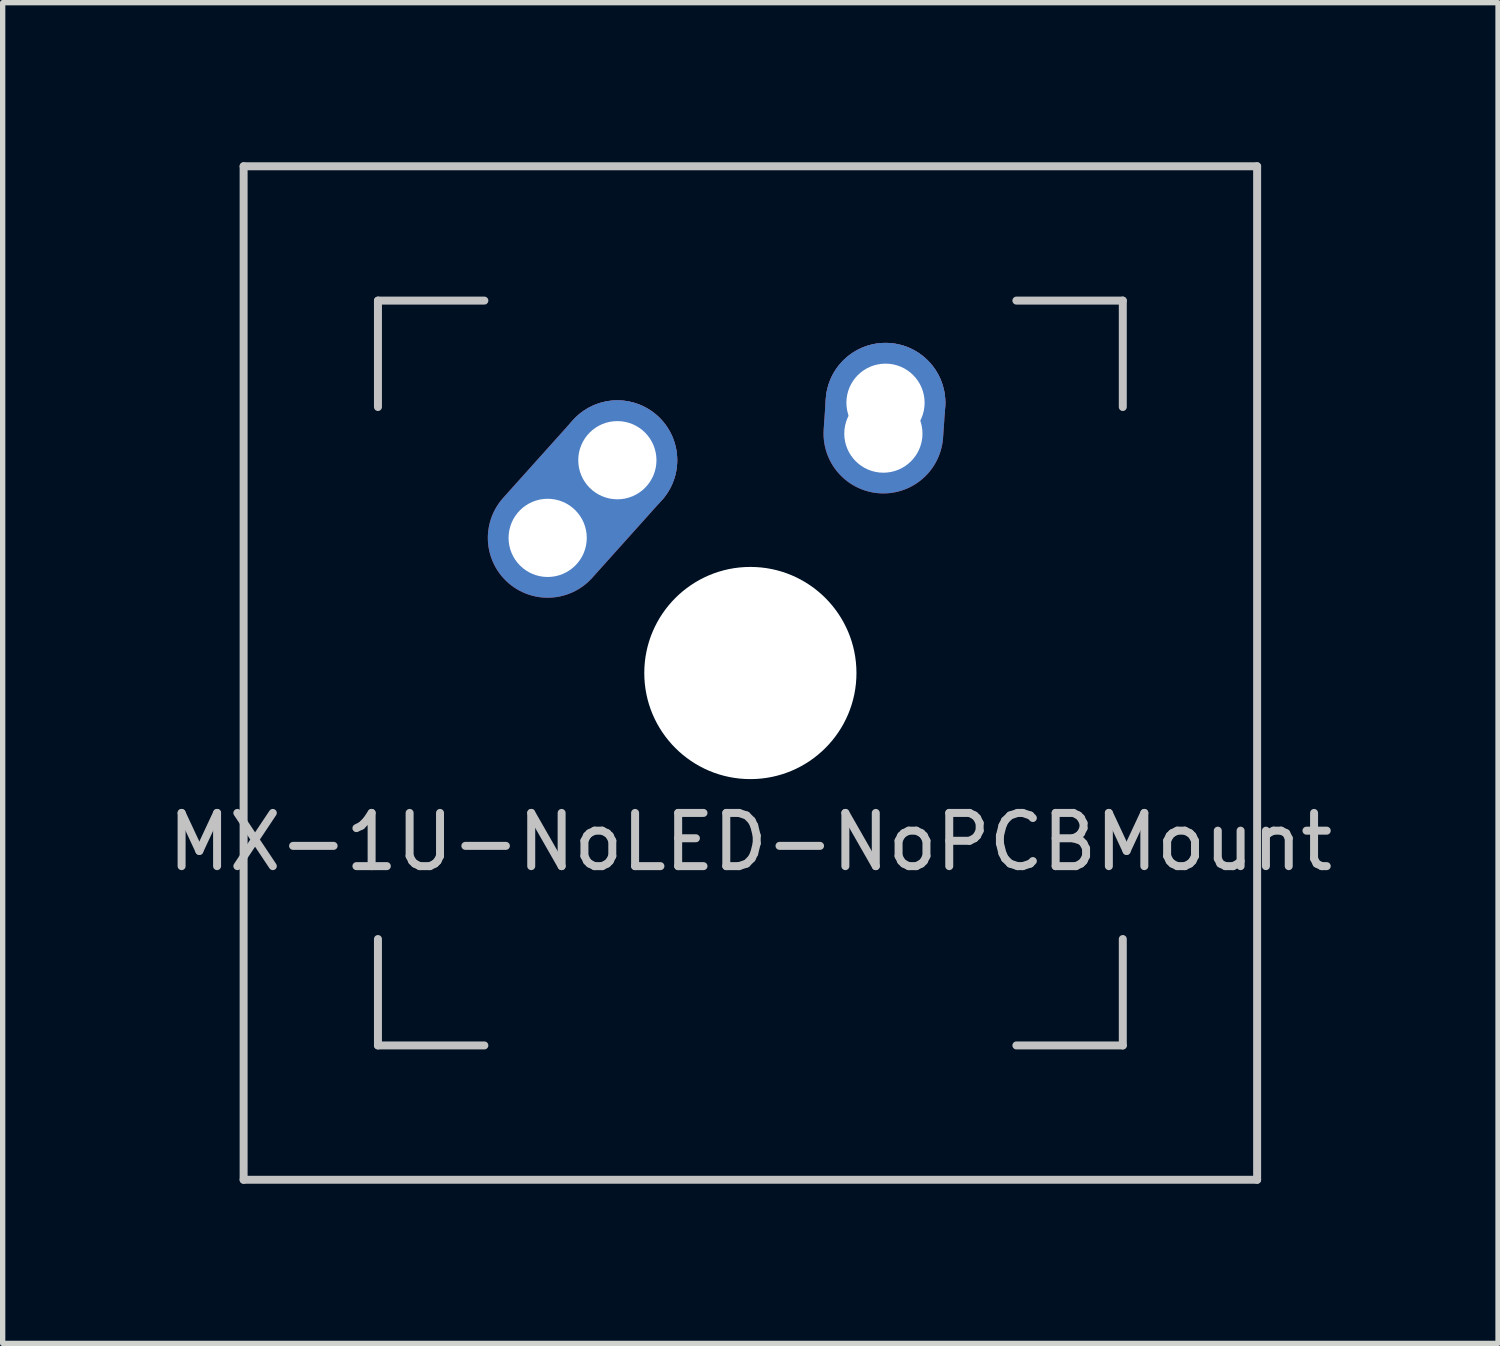
<source format=kicad_pcb>
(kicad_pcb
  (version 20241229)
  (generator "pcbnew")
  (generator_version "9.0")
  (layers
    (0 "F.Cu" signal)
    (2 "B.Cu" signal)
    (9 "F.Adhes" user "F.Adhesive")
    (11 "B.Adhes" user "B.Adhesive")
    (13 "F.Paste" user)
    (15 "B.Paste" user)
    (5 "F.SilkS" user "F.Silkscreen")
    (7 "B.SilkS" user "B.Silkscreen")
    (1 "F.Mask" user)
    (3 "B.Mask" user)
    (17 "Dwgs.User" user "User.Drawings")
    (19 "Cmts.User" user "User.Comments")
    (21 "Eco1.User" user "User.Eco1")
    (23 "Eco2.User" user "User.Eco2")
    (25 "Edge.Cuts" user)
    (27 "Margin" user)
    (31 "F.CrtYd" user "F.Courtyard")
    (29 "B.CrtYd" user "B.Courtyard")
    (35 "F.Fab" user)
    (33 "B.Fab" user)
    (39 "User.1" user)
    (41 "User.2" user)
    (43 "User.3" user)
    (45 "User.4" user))
  (footprint "MX-1U-NoLED-NoPCBMount"
    (layer "F.Cu")
    (at 11.054 9.6)
    (property "Reference" "MX-1U-NoLED-NoPCBMount" (at 0 3.175 0) (layer "Dwgs.User") (effects (font (size 1 1) (thickness 0.15))))
    (attr through_hole)
    (fp_line (start -9.525 -9.525) (end 9.525 -9.525) (stroke (width 0.15) (type solid)) (layer "Dwgs.User"))
    (fp_line (start -9.525 9.525) (end -9.525 -9.525) (stroke (width 0.15) (type solid)) (layer "Dwgs.User"))
    (fp_line (start -7 -7) (end -7 -5) (stroke (width 0.15) (type solid)) (layer "Dwgs.User"))
    (fp_line (start -7 5) (end -7 7) (stroke (width 0.15) (type solid)) (layer "Dwgs.User"))
    (fp_line (start -7 7) (end -5 7) (stroke (width 0.15) (type solid)) (layer "Dwgs.User"))
    (fp_line (start -5 -7) (end -7 -7) (stroke (width 0.15) (type solid)) (layer "Dwgs.User"))
    (fp_line (start 5 -7) (end 7 -7) (stroke (width 0.15) (type solid)) (layer "Dwgs.User"))
    (fp_line (start 5 7) (end 7 7) (stroke (width 0.15) (type solid)) (layer "Dwgs.User"))
    (fp_line (start 7 -7) (end 7 -5) (stroke (width 0.15) (type solid)) (layer "Dwgs.User"))
    (fp_line (start 7 7) (end 7 5) (stroke (width 0.15) (type solid)) (layer "Dwgs.User"))
    (fp_line (start 9.525 -9.525) (end 9.525 9.525) (stroke (width 0.15) (type solid)) (layer "Dwgs.User"))
    (fp_line (start 9.525 9.525) (end -9.525 9.525) (stroke (width 0.15) (type solid)) (layer "Dwgs.User"))
    (pad "" np_thru_hole circle (at 0 0) (size 3.988 3.988) (drill 3.988) (layers "*.Cu" "*.Mask"))
    (pad "1" thru_hole oval (at -3.81 -2.54 48.1) (size 4.212 2.25) (drill 1.47 (offset 0.981 0)) (layers "*.Cu" "B.Mask"))
    (pad "1" thru_hole circle (at -2.5 -4) (size 2.25 2.25) (drill 1.47) (layers "*.Cu" "B.Mask"))
    (pad "2" thru_hole oval (at 2.5 -4.5 86.055) (size 2.831 2.25) (drill 1.47 (offset 0.291 0)) (layers "*.Cu" "B.Mask"))
    (pad "2" thru_hole circle (at 2.54 -5.08) (size 2.25 2.25) (drill 1.47) (layers "*.Cu" "B.Mask")))
  (gr_rect
    (start -3 -3)
    (end 25.107 22.2)
    (stroke (width 0.1) (type default))
    (fill no)
    (layer "Edge.Cuts")))
</source>
